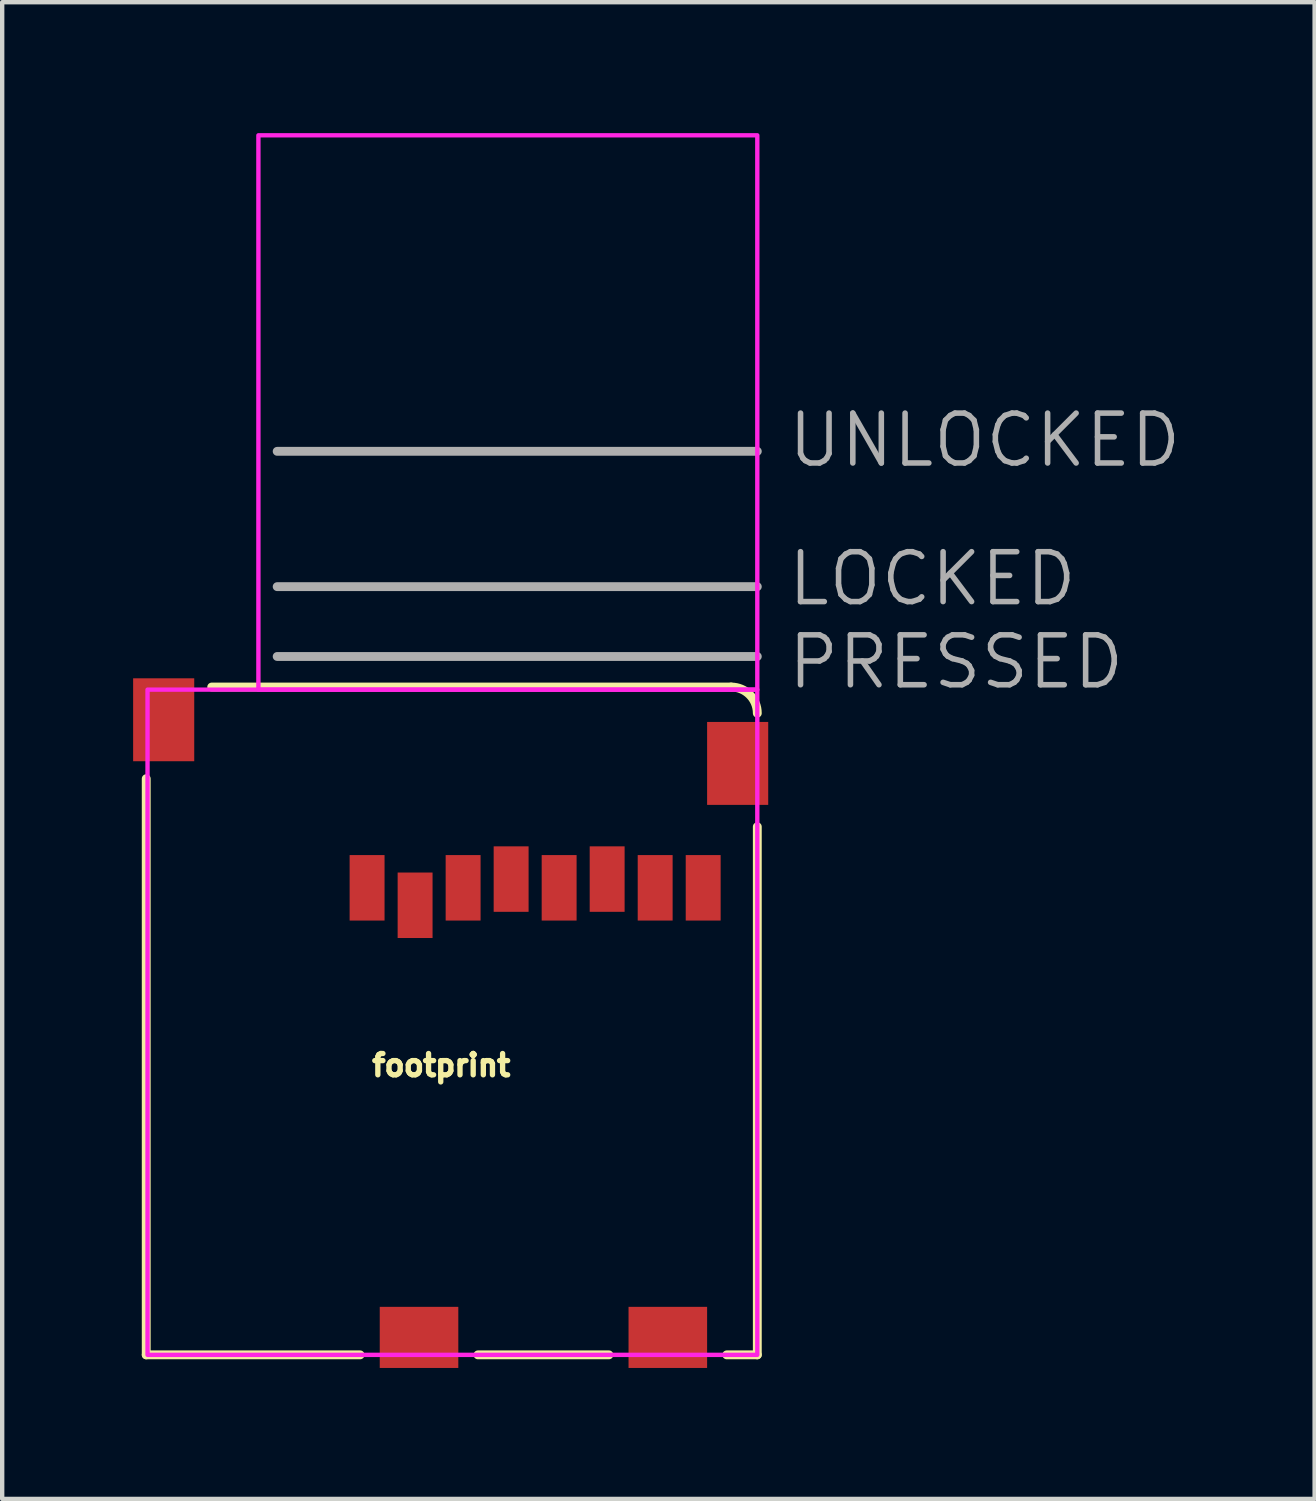
<source format=kicad_pcb>
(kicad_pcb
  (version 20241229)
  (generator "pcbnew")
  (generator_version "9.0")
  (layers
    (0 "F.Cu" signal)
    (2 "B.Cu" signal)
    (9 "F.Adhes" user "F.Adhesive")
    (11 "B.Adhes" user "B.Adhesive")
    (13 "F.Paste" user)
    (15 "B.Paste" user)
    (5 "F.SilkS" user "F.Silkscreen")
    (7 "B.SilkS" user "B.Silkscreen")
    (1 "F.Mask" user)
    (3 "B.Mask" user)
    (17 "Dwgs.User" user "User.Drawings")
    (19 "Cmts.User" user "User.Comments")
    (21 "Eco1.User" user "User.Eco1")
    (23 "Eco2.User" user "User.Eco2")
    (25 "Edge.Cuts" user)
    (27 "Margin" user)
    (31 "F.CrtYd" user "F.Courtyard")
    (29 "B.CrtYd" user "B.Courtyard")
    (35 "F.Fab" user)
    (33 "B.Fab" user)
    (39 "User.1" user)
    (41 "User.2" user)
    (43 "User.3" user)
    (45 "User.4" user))
  (footprint "footprint"
    (layer "F.Cu")
    (at 14.3 27.99)
    (property "Reference" "footprint" (at -8.89 -6.35 0) (layer "F.SilkS") (effects (font (size 0.488 0.488) (thickness 0.122)) (justify left bottom)))
    (fp_line (start -14 0) (end -14 -13.2) (stroke (width 0.203) (type solid)) (layer "F.SilkS"))
    (fp_line (start -14 0) (end -9.1 0) (stroke (width 0.203) (type solid)) (layer "F.SilkS"))
    (fp_line (start -3.4 0) (end -6.4 0) (stroke (width 0.203) (type solid)) (layer "F.SilkS"))
    (fp_line (start -0.6 -15.3) (end -12.5 -15.3) (stroke (width 0.203) (type solid)) (layer "F.SilkS"))
    (fp_line (start 0 -12.1) (end 0 0) (stroke (width 0.203) (type solid)) (layer "F.SilkS"))
    (fp_line (start 0 0) (end -0.7 0) (stroke (width 0.203) (type solid)) (layer "F.SilkS"))
    (fp_arc (start -0.6 -15.3) (mid -0.175736 -15.124264) (end 0 -14.7) (stroke (width 0.2032) (type solid)) (layer "F.SilkS"))
    (fp_poly (pts (xy -13.97 0) (xy 0 0) (xy 0 -15.24) (xy -13.97 -15.24)) (stroke (width 0.1) (type solid)) (fill no) (layer "F.CrtYd"))
    (fp_poly (pts (xy -11.43 -15.24) (xy 0 -15.24) (xy 0 -27.94) (xy -11.43 -27.94)) (stroke (width 0.1) (type solid)) (fill no) (layer "F.CrtYd"))
    (fp_line (start -11 -16) (end 0 -16) (stroke (width 0.203) (type solid)) (layer "F.Fab"))
    (fp_line (start 0 -20.7) (end -11 -20.7) (stroke (width 0.203) (type solid)) (layer "F.Fab"))
    (fp_line (start 0 -17.6) (end -11 -17.6) (stroke (width 0.203) (type solid)) (layer "F.Fab"))
    (fp_text user "UNLOCKED" (at 0.635 -20.955 0) (layer "F.Fab") (effects (font (size 1.143 1.143) (thickness 0.127)) (justify left)))
    (fp_text user "PRESSED" (at 0.635 -15.875 0) (layer "F.Fab") (effects (font (size 1.143 1.143) (thickness 0.127)) (justify left)))
    (fp_text user "LOCKED" (at 0.635 -17.78 0) (layer "F.Fab") (effects (font (size 1.143 1.143) (thickness 0.127)) (justify left)))
    (pad "CD1" smd rect (at -2.05 -0.4) (size 1.8 1.4) (layers "F.Cu" "F.Mask" "F.Paste"))
    (pad "CD2" smd rect (at -7.75 -0.4) (size 1.8 1.4) (layers "F.Cu" "F.Mask" "F.Paste"))
    (pad "CS/DAT3" smd rect (at -7.84 -10.3) (size 0.8 1.5) (layers "F.Cu" "F.Mask" "F.Paste"))
    (pad "DAT1" smd rect (at -1.24 -10.7) (size 0.8 1.5) (layers "F.Cu" "F.Mask" "F.Paste"))
    (pad "DAT2" smd rect (at -8.94 -10.7) (size 0.8 1.5) (layers "F.Cu" "F.Mask" "F.Paste"))
    (pad "DI/CMD" smd rect (at -6.74 -10.7) (size 0.8 1.5) (layers "F.Cu" "F.Mask" "F.Paste"))
    (pad "DO/DAT0" smd rect (at -2.34 -10.7) (size 0.8 1.5) (layers "F.Cu" "F.Mask" "F.Paste"))
    (pad "GND" smd rect (at -3.44 -10.9) (size 0.8 1.5) (layers "F.Cu" "F.Mask" "F.Paste"))
    (pad "GND1" smd rect (at -13.6 -14.55) (size 1.4 1.9) (layers "F.Cu" "F.Mask" "F.Paste"))
    (pad "GND3" smd rect (at -0.45 -13.55) (size 1.4 1.9) (layers "F.Cu" "F.Mask" "F.Paste"))
    (pad "SCLK" smd rect (at -4.54 -10.7) (size 0.8 1.5) (layers "F.Cu" "F.Mask" "F.Paste"))
    (pad "VCC" smd rect (at -5.64 -10.9) (size 0.8 1.5) (layers "F.Cu" "F.Mask" "F.Paste")))
  (gr_rect
    (start -3 -3)
    (end 27.068 31.29)
    (stroke (width 0.1) (type default))
    (fill no)
    (layer "Edge.Cuts")))
</source>
